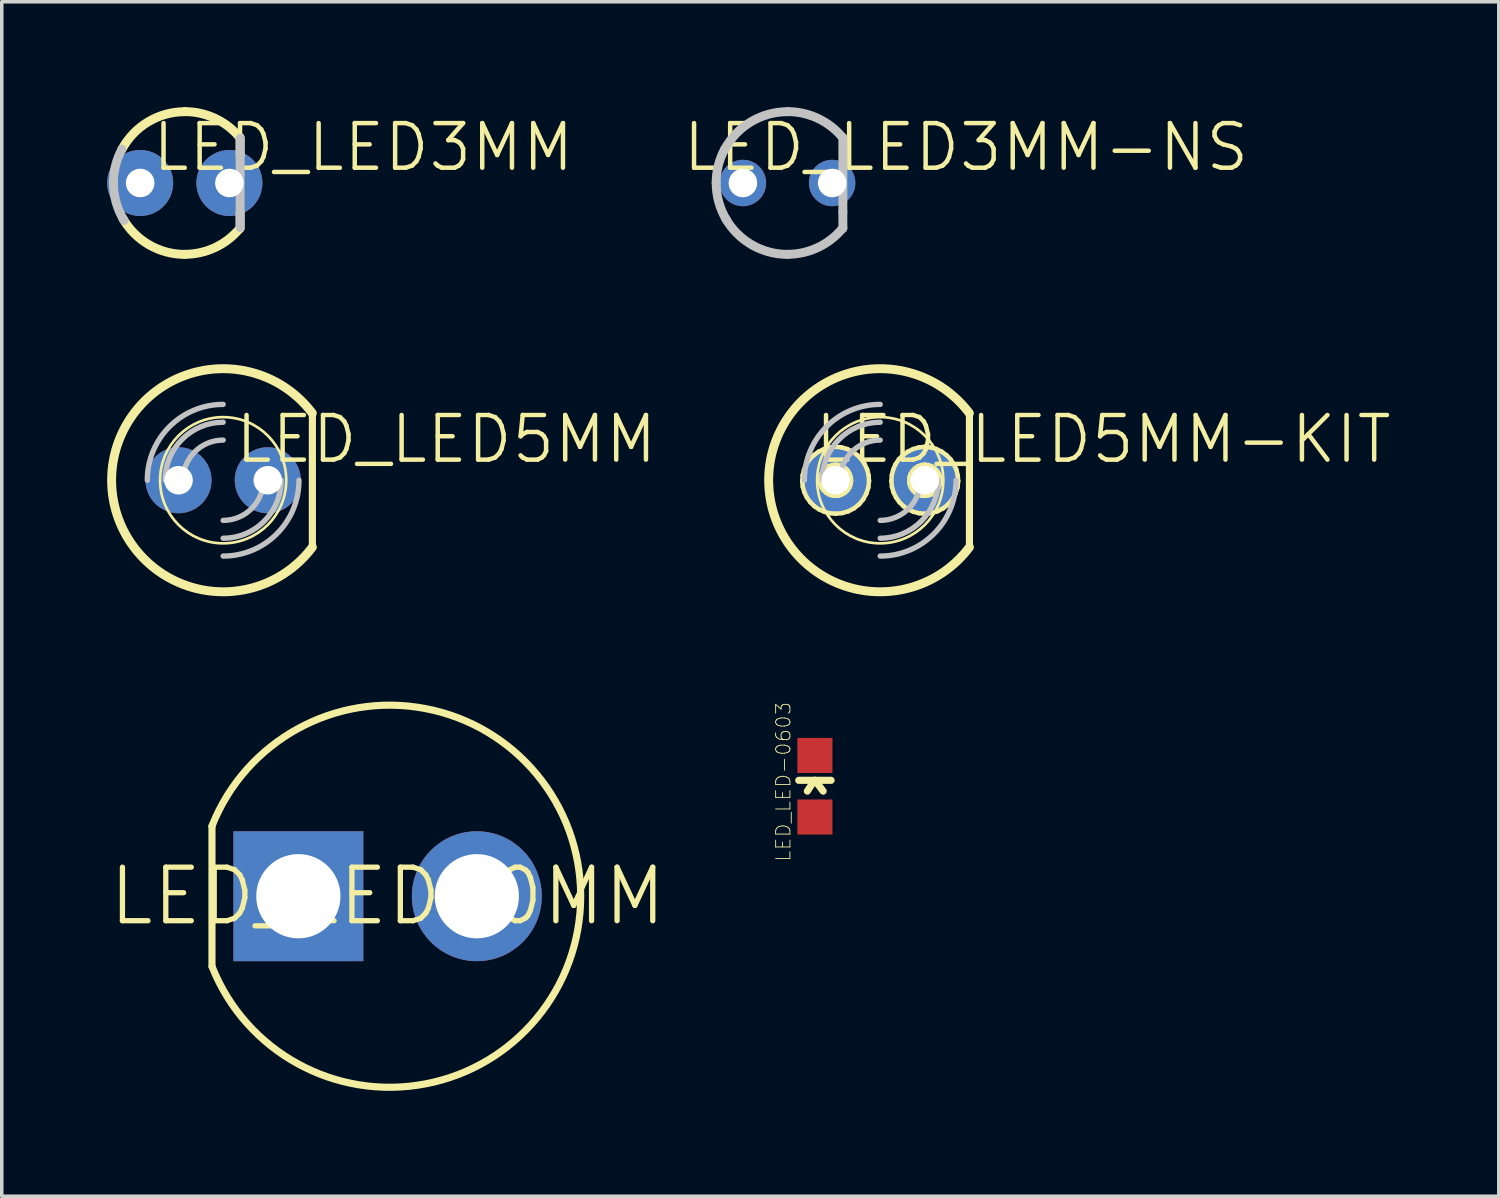
<source format=kicad_pcb>
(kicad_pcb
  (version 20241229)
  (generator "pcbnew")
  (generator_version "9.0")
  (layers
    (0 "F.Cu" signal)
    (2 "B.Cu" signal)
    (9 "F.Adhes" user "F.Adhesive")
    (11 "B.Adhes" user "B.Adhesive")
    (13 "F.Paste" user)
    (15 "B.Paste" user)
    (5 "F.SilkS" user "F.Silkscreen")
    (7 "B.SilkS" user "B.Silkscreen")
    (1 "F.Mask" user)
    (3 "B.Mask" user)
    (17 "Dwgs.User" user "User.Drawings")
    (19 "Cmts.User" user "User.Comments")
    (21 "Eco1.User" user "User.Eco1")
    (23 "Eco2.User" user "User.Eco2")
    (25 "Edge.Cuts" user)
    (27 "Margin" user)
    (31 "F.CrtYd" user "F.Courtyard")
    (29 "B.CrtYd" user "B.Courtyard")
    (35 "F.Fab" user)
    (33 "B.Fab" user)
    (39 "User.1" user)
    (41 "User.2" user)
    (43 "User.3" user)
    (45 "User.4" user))
  (footprint "LED_LED3MM"
    (layer "F.Cu")
    (at 2.21 2.159)
    (property "Reference" "LED_LED3MM" (at 5.08 -1.016 0) (layer "F.SilkS") (effects (font (size 1.27 1.27) (thickness 0.127))))
    (attr exclude_from_pos_files exclude_from_bom)
    (fp_line (start 1.575 -1.293) (end 1.575 -0.787) (stroke (width 0.254) (type solid)) (layer "F.SilkS"))
    (fp_line (start 1.575 1.293) (end 1.575 0.838) (stroke (width 0.254) (type solid)) (layer "F.SilkS"))
    (fp_arc (start -1.7907 -0.95504) (mid -1.044567 -1.739997) (end -0.000975 -2.02946) (stroke (width 0.254) (type solid)) (layer "F.SilkS"))
    (fp_arc (start 0 -2.032) (mid 0.860367 -1.840867) (end 1.55888 -1.303426) (stroke (width 0.254) (type solid)) (layer "F.SilkS"))
    (fp_arc (start 0 2.032) (mid -1.01907 1.757988) (end -1.763299 1.009851) (stroke (width 0.254) (type solid)) (layer "F.SilkS"))
    (fp_arc (start 1.5494 1.31064) (mid 0.855154 1.840416) (end 0.002552 2.029387) (stroke (width 0.254) (type solid)) (layer "F.SilkS"))
    (fp_line (start 1.575 1.27) (end 1.575 -1.27) (stroke (width 0.254) (type solid)) (layer "Dwgs.User"))
    (fp_arc (start -2.032 0) (mid -1.970347 -0.496745) (end -1.78913 -0.963347) (stroke (width 0.254) (type solid)) (layer "Dwgs.User"))
    (fp_arc (start -1.72974 1.06426) (mid -1.954164 0.553076) (end -2.030923 0.0001) (stroke (width 0.254) (type solid)) (layer "Dwgs.User"))
    (pad "A" thru_hole circle (at -1.27 0) (size 1.88 1.88) (drill 0.813) (layers "*.Cu" "*.Paste" "*.Mask"))
    (pad "K" thru_hole circle (at 1.27 0) (size 1.88 1.88) (drill 0.813) (layers "*.Cu" "*.Paste" "*.Mask")))
  (footprint "LED_LED10MM"
    (layer "F.Cu")
    (at 7.983 22.461)
    (property "Reference" "LED_LED10MM" (at 0 0 0) (layer "F.SilkS") (effects (font (size 1.524 1.524) (thickness 0.15))))
    (attr exclude_from_pos_files exclude_from_bom)
    (fp_line (start -4.999 -1.999) (end -4.999 1.999) (stroke (width 0.203) (type solid)) (layer "F.SilkS"))
    (fp_arc (start -4.99872 -1.99898) (mid 5.496303 -0.003053) (end -4.996472 2.004657) (stroke (width 0.2032) (type solid)) (layer "F.SilkS"))
    (pad "A" thru_hole circle (at 2.54 0) (size 3.698 3.698) (drill 2.398) (layers "*.Cu" "*.Paste" "*.Mask"))
    (pad "C" thru_hole rect (at -2.54 0) (size 3.698 3.698) (drill 2.398) (layers "*.Cu" "*.Paste" "*.Mask")))
  (footprint "LED_LED5MM-KIT"
    (layer "F.Cu")
    (at 22.005 10.62)
    (property "Reference" "LED_LED5MM-KIT" (at 6.35 -1.168 0) (layer "F.SilkS") (effects (font (size 1.27 1.27) (thickness 0.127))))
    (attr exclude_from_pos_files exclude_from_bom)
    (fp_line (start -2.22 0.02) (end -2.207 -0.142) (stroke (width 0.127) (type solid)) (layer "F.SilkS"))
    (fp_line (start -2.207 -0.142) (end -2.167 -0.307) (stroke (width 0.127) (type solid)) (layer "F.SilkS"))
    (fp_line (start -2.205 0.185) (end -2.22 0.02) (stroke (width 0.127) (type solid)) (layer "F.SilkS"))
    (fp_line (start -2.167 -0.307) (end -2.098 -0.46) (stroke (width 0.127) (type solid)) (layer "F.SilkS"))
    (fp_line (start -2.159 0.343) (end -2.205 0.185) (stroke (width 0.127) (type solid)) (layer "F.SilkS"))
    (fp_line (start -2.098 -0.46) (end -2.004 -0.599) (stroke (width 0.127) (type solid)) (layer "F.SilkS"))
    (fp_line (start -2.088 0.49) (end -2.159 0.343) (stroke (width 0.127) (type solid)) (layer "F.SilkS"))
    (fp_line (start -2.004 -0.599) (end -1.885 -0.719) (stroke (width 0.127) (type solid)) (layer "F.SilkS"))
    (fp_line (start -1.991 0.625) (end -2.088 0.49) (stroke (width 0.127) (type solid)) (layer "F.SilkS"))
    (fp_line (start -1.885 -0.719) (end -1.75 -0.815) (stroke (width 0.127) (type solid)) (layer "F.SilkS"))
    (fp_line (start -1.875 0.739) (end -1.991 0.625) (stroke (width 0.127) (type solid)) (layer "F.SilkS"))
    (fp_line (start -1.75 -0.815) (end -1.598 -0.889) (stroke (width 0.127) (type solid)) (layer "F.SilkS"))
    (fp_line (start -1.74 0.831) (end -1.875 0.739) (stroke (width 0.127) (type solid)) (layer "F.SilkS"))
    (fp_line (start -1.714 0.018) (end -1.704 -0.081) (stroke (width 0.127) (type solid)) (layer "F.SilkS"))
    (fp_line (start -1.704 -0.081) (end -1.674 -0.178) (stroke (width 0.127) (type solid)) (layer "F.SilkS"))
    (fp_line (start -1.699 0.114) (end -1.714 0.018) (stroke (width 0.127) (type solid)) (layer "F.SilkS"))
    (fp_line (start -1.674 -0.178) (end -1.621 -0.264) (stroke (width 0.127) (type solid)) (layer "F.SilkS"))
    (fp_line (start -1.666 0.206) (end -1.699 0.114) (stroke (width 0.127) (type solid)) (layer "F.SilkS"))
    (fp_line (start -1.621 -0.264) (end -1.549 -0.34) (stroke (width 0.127) (type solid)) (layer "F.SilkS"))
    (fp_line (start -1.613 0.287) (end -1.666 0.206) (stroke (width 0.127) (type solid)) (layer "F.SilkS"))
    (fp_line (start -1.598 -0.889) (end -1.435 -0.935) (stroke (width 0.127) (type solid)) (layer "F.SilkS"))
    (fp_line (start -1.59 0.899) (end -1.74 0.831) (stroke (width 0.127) (type solid)) (layer "F.SilkS"))
    (fp_line (start -1.549 -0.34) (end -1.466 -0.396) (stroke (width 0.127) (type solid)) (layer "F.SilkS"))
    (fp_line (start -1.542 0.356) (end -1.613 0.287) (stroke (width 0.127) (type solid)) (layer "F.SilkS"))
    (fp_line (start -1.466 -0.396) (end -1.369 -0.432) (stroke (width 0.127) (type solid)) (layer "F.SilkS"))
    (fp_line (start -1.458 0.404) (end -1.542 0.356) (stroke (width 0.127) (type solid)) (layer "F.SilkS"))
    (fp_line (start -1.435 -0.935) (end -1.27 -0.953) (stroke (width 0.127) (type solid)) (layer "F.SilkS"))
    (fp_line (start -1.43 0.94) (end -1.59 0.899) (stroke (width 0.127) (type solid)) (layer "F.SilkS"))
    (fp_line (start -1.369 -0.432) (end -1.27 -0.445) (stroke (width 0.127) (type solid)) (layer "F.SilkS"))
    (fp_line (start -1.367 0.434) (end -1.458 0.404) (stroke (width 0.127) (type solid)) (layer "F.SilkS"))
    (fp_line (start -1.27 -0.953) (end -1.102 -0.935) (stroke (width 0.127) (type solid)) (layer "F.SilkS"))
    (fp_line (start -1.27 -0.445) (end -1.168 -0.432) (stroke (width 0.127) (type solid)) (layer "F.SilkS"))
    (fp_line (start -1.27 0.445) (end -1.367 0.434) (stroke (width 0.127) (type solid)) (layer "F.SilkS"))
    (fp_line (start -1.267 0.953) (end -1.43 0.94) (stroke (width 0.127) (type solid)) (layer "F.SilkS"))
    (fp_line (start -1.171 0.434) (end -1.27 0.445) (stroke (width 0.127) (type solid)) (layer "F.SilkS"))
    (fp_line (start -1.168 -0.432) (end -1.074 -0.399) (stroke (width 0.127) (type solid)) (layer "F.SilkS"))
    (fp_line (start -1.102 -0.935) (end -0.94 -0.889) (stroke (width 0.127) (type solid)) (layer "F.SilkS"))
    (fp_line (start -1.082 0.935) (end -1.267 0.953) (stroke (width 0.127) (type solid)) (layer "F.SilkS"))
    (fp_line (start -1.079 0.401) (end -1.171 0.434) (stroke (width 0.127) (type solid)) (layer "F.SilkS"))
    (fp_line (start -1.074 -0.399) (end -0.991 -0.343) (stroke (width 0.127) (type solid)) (layer "F.SilkS"))
    (fp_line (start -0.996 0.351) (end -1.079 0.401) (stroke (width 0.127) (type solid)) (layer "F.SilkS"))
    (fp_line (start -0.991 -0.343) (end -0.919 -0.272) (stroke (width 0.127) (type solid)) (layer "F.SilkS"))
    (fp_line (start -0.94 -0.889) (end -0.787 -0.815) (stroke (width 0.127) (type solid)) (layer "F.SilkS"))
    (fp_line (start -0.925 0.282) (end -0.996 0.351) (stroke (width 0.127) (type solid)) (layer "F.SilkS"))
    (fp_line (start -0.919 -0.272) (end -0.869 -0.185) (stroke (width 0.127) (type solid)) (layer "F.SilkS"))
    (fp_line (start -0.907 0.884) (end -1.082 0.935) (stroke (width 0.127) (type solid)) (layer "F.SilkS"))
    (fp_line (start -0.871 0.198) (end -0.925 0.282) (stroke (width 0.127) (type solid)) (layer "F.SilkS"))
    (fp_line (start -0.869 -0.185) (end -0.836 -0.089) (stroke (width 0.127) (type solid)) (layer "F.SilkS"))
    (fp_line (start -0.838 0.107) (end -0.871 0.198) (stroke (width 0.127) (type solid)) (layer "F.SilkS"))
    (fp_line (start -0.836 -0.089) (end -0.828 0.008) (stroke (width 0.127) (type solid)) (layer "F.SilkS"))
    (fp_line (start -0.828 0.008) (end -0.838 0.107) (stroke (width 0.127) (type solid)) (layer "F.SilkS"))
    (fp_line (start -0.787 -0.815) (end -0.653 -0.716) (stroke (width 0.127) (type solid)) (layer "F.SilkS"))
    (fp_line (start -0.744 0.8) (end -0.907 0.884) (stroke (width 0.127) (type solid)) (layer "F.SilkS"))
    (fp_line (start -0.653 -0.716) (end -0.536 -0.597) (stroke (width 0.127) (type solid)) (layer "F.SilkS"))
    (fp_line (start -0.599 0.683) (end -0.744 0.8) (stroke (width 0.127) (type solid)) (layer "F.SilkS"))
    (fp_line (start -0.536 -0.597) (end -0.442 -0.457) (stroke (width 0.127) (type solid)) (layer "F.SilkS"))
    (fp_line (start -0.483 0.544) (end -0.599 0.683) (stroke (width 0.127) (type solid)) (layer "F.SilkS"))
    (fp_line (start -0.442 -0.457) (end -0.371 -0.305) (stroke (width 0.127) (type solid)) (layer "F.SilkS"))
    (fp_line (start -0.394 0.381) (end -0.483 0.544) (stroke (width 0.127) (type solid)) (layer "F.SilkS"))
    (fp_line (start -0.371 -0.305) (end -0.33 -0.14) (stroke (width 0.127) (type solid)) (layer "F.SilkS"))
    (fp_line (start -0.338 0.206) (end -0.394 0.381) (stroke (width 0.127) (type solid)) (layer "F.SilkS"))
    (fp_line (start -0.33 -0.14) (end -0.318 0.025) (stroke (width 0.127) (type solid)) (layer "F.SilkS"))
    (fp_line (start -0.318 0.025) (end -0.338 0.206) (stroke (width 0.127) (type solid)) (layer "F.SilkS"))
    (fp_line (start 0.318 0.02) (end 0.33 -0.142) (stroke (width 0.127) (type solid)) (layer "F.SilkS"))
    (fp_line (start 0.33 -0.142) (end 0.371 -0.307) (stroke (width 0.127) (type solid)) (layer "F.SilkS"))
    (fp_line (start 0.333 0.185) (end 0.318 0.02) (stroke (width 0.127) (type solid)) (layer "F.SilkS"))
    (fp_line (start 0.371 -0.307) (end 0.439 -0.46) (stroke (width 0.127) (type solid)) (layer "F.SilkS"))
    (fp_line (start 0.378 0.343) (end 0.333 0.185) (stroke (width 0.127) (type solid)) (layer "F.SilkS"))
    (fp_line (start 0.439 -0.46) (end 0.533 -0.599) (stroke (width 0.127) (type solid)) (layer "F.SilkS"))
    (fp_line (start 0.45 0.49) (end 0.378 0.343) (stroke (width 0.127) (type solid)) (layer "F.SilkS"))
    (fp_line (start 0.533 -0.599) (end 0.653 -0.719) (stroke (width 0.127) (type solid)) (layer "F.SilkS"))
    (fp_line (start 0.546 0.625) (end 0.45 0.49) (stroke (width 0.127) (type solid)) (layer "F.SilkS"))
    (fp_line (start 0.653 -0.719) (end 0.787 -0.815) (stroke (width 0.127) (type solid)) (layer "F.SilkS"))
    (fp_line (start 0.663 0.739) (end 0.546 0.625) (stroke (width 0.127) (type solid)) (layer "F.SilkS"))
    (fp_line (start 0.787 -0.815) (end 0.94 -0.889) (stroke (width 0.127) (type solid)) (layer "F.SilkS"))
    (fp_line (start 0.798 0.831) (end 0.663 0.739) (stroke (width 0.127) (type solid)) (layer "F.SilkS"))
    (fp_line (start 0.826 0.018) (end 0.833 -0.081) (stroke (width 0.127) (type solid)) (layer "F.SilkS"))
    (fp_line (start 0.833 -0.081) (end 0.864 -0.178) (stroke (width 0.127) (type solid)) (layer "F.SilkS"))
    (fp_line (start 0.838 0.114) (end 0.826 0.018) (stroke (width 0.127) (type solid)) (layer "F.SilkS"))
    (fp_line (start 0.864 -0.178) (end 0.917 -0.264) (stroke (width 0.127) (type solid)) (layer "F.SilkS"))
    (fp_line (start 0.871 0.206) (end 0.838 0.114) (stroke (width 0.127) (type solid)) (layer "F.SilkS"))
    (fp_line (start 0.917 -0.264) (end 0.988 -0.34) (stroke (width 0.127) (type solid)) (layer "F.SilkS"))
    (fp_line (start 0.925 0.287) (end 0.871 0.206) (stroke (width 0.127) (type solid)) (layer "F.SilkS"))
    (fp_line (start 0.94 -0.889) (end 1.102 -0.935) (stroke (width 0.127) (type solid)) (layer "F.SilkS"))
    (fp_line (start 0.947 0.899) (end 0.798 0.831) (stroke (width 0.127) (type solid)) (layer "F.SilkS"))
    (fp_line (start 0.988 -0.34) (end 1.072 -0.396) (stroke (width 0.127) (type solid)) (layer "F.SilkS"))
    (fp_line (start 0.996 0.356) (end 0.925 0.287) (stroke (width 0.127) (type solid)) (layer "F.SilkS"))
    (fp_line (start 1.072 -0.396) (end 1.168 -0.432) (stroke (width 0.127) (type solid)) (layer "F.SilkS"))
    (fp_line (start 1.079 0.404) (end 0.996 0.356) (stroke (width 0.127) (type solid)) (layer "F.SilkS"))
    (fp_line (start 1.102 -0.935) (end 1.27 -0.953) (stroke (width 0.127) (type solid)) (layer "F.SilkS"))
    (fp_line (start 1.107 0.94) (end 0.947 0.899) (stroke (width 0.127) (type solid)) (layer "F.SilkS"))
    (fp_line (start 1.168 -0.432) (end 1.27 -0.445) (stroke (width 0.127) (type solid)) (layer "F.SilkS"))
    (fp_line (start 1.171 0.434) (end 1.079 0.404) (stroke (width 0.127) (type solid)) (layer "F.SilkS"))
    (fp_line (start 1.27 -0.953) (end 1.435 -0.935) (stroke (width 0.127) (type solid)) (layer "F.SilkS"))
    (fp_line (start 1.27 -0.445) (end 1.369 -0.432) (stroke (width 0.127) (type solid)) (layer "F.SilkS"))
    (fp_line (start 1.27 0.445) (end 1.171 0.434) (stroke (width 0.127) (type solid)) (layer "F.SilkS"))
    (fp_line (start 1.27 0.953) (end 1.107 0.94) (stroke (width 0.127) (type solid)) (layer "F.SilkS"))
    (fp_line (start 1.367 0.434) (end 1.27 0.445) (stroke (width 0.127) (type solid)) (layer "F.SilkS"))
    (fp_line (start 1.369 -0.432) (end 1.463 -0.399) (stroke (width 0.127) (type solid)) (layer "F.SilkS"))
    (fp_line (start 1.435 -0.935) (end 1.598 -0.889) (stroke (width 0.127) (type solid)) (layer "F.SilkS"))
    (fp_line (start 1.455 0.935) (end 1.27 0.953) (stroke (width 0.127) (type solid)) (layer "F.SilkS"))
    (fp_line (start 1.458 0.401) (end 1.367 0.434) (stroke (width 0.127) (type solid)) (layer "F.SilkS"))
    (fp_line (start 1.463 -0.399) (end 1.547 -0.343) (stroke (width 0.127) (type solid)) (layer "F.SilkS"))
    (fp_line (start 1.542 0.351) (end 1.458 0.401) (stroke (width 0.127) (type solid)) (layer "F.SilkS"))
    (fp_line (start 1.547 -0.343) (end 1.618 -0.272) (stroke (width 0.127) (type solid)) (layer "F.SilkS"))
    (fp_line (start 1.598 -0.889) (end 1.75 -0.815) (stroke (width 0.127) (type solid)) (layer "F.SilkS"))
    (fp_line (start 1.613 0.282) (end 1.542 0.351) (stroke (width 0.127) (type solid)) (layer "F.SilkS"))
    (fp_line (start 1.618 -0.272) (end 1.669 -0.185) (stroke (width 0.127) (type solid)) (layer "F.SilkS"))
    (fp_line (start 1.631 0.884) (end 1.455 0.935) (stroke (width 0.127) (type solid)) (layer "F.SilkS"))
    (fp_line (start 1.666 0.198) (end 1.613 0.282) (stroke (width 0.127) (type solid)) (layer "F.SilkS"))
    (fp_line (start 1.669 -0.185) (end 1.702 -0.089) (stroke (width 0.127) (type solid)) (layer "F.SilkS"))
    (fp_line (start 1.699 0.107) (end 1.666 0.198) (stroke (width 0.127) (type solid)) (layer "F.SilkS"))
    (fp_line (start 1.702 -0.089) (end 1.709 0.008) (stroke (width 0.127) (type solid)) (layer "F.SilkS"))
    (fp_line (start 1.709 0.008) (end 1.699 0.107) (stroke (width 0.127) (type solid)) (layer "F.SilkS"))
    (fp_line (start 1.75 -0.815) (end 1.885 -0.716) (stroke (width 0.127) (type solid)) (layer "F.SilkS"))
    (fp_line (start 1.793 0.8) (end 1.631 0.884) (stroke (width 0.127) (type solid)) (layer "F.SilkS"))
    (fp_line (start 1.885 -0.716) (end 2.002 -0.597) (stroke (width 0.127) (type solid)) (layer "F.SilkS"))
    (fp_line (start 1.938 0.683) (end 1.793 0.8) (stroke (width 0.127) (type solid)) (layer "F.SilkS"))
    (fp_line (start 2.002 -0.597) (end 2.095 -0.457) (stroke (width 0.127) (type solid)) (layer "F.SilkS"))
    (fp_line (start 2.055 0.544) (end 1.938 0.683) (stroke (width 0.127) (type solid)) (layer "F.SilkS"))
    (fp_line (start 2.095 -0.457) (end 2.167 -0.305) (stroke (width 0.127) (type solid)) (layer "F.SilkS"))
    (fp_line (start 2.144 0.381) (end 2.055 0.544) (stroke (width 0.127) (type solid)) (layer "F.SilkS"))
    (fp_line (start 2.167 -0.305) (end 2.207 -0.14) (stroke (width 0.127) (type solid)) (layer "F.SilkS"))
    (fp_line (start 2.2 0.206) (end 2.144 0.381) (stroke (width 0.127) (type solid)) (layer "F.SilkS"))
    (fp_line (start 2.207 -0.14) (end 2.22 0.025) (stroke (width 0.127) (type solid)) (layer "F.SilkS"))
    (fp_line (start 2.22 0.025) (end 2.2 0.206) (stroke (width 0.127) (type solid)) (layer "F.SilkS"))
    (fp_line (start 2.54 1.905) (end 2.54 -1.905) (stroke (width 0.203) (type solid)) (layer "F.SilkS"))
    (fp_arc (start 2.54 1.905) (mid -3.175 0.001668) (end 2.537997 -1.907668) (stroke (width 0.254) (type solid)) (layer "F.SilkS"))
    (fp_circle (center 0 0) (end -1.27 1.27) (stroke (width 0.076) (type solid)) (fill no) (layer "F.SilkS"))
    (fp_arc (start -2.159 0) (mid -1.526644 -1.526644) (end 0 -2.159) (stroke (width 0.1524) (type solid)) (layer "Dwgs.User"))
    (fp_arc (start -1.651 0) (mid -1.167433 -1.167433) (end 0 -1.651) (stroke (width 0.1524) (type solid)) (layer "Dwgs.User"))
    (fp_arc (start -1.143 0) (mid -0.808223 -0.808223) (end 0 -1.143) (stroke (width 0.1524) (type solid)) (layer "Dwgs.User"))
    (fp_arc (start 1.143 0) (mid 0.808223 0.808223) (end 0 1.143) (stroke (width 0.1524) (type solid)) (layer "Dwgs.User"))
    (fp_arc (start 1.651 0) (mid 1.167433 1.167433) (end 0 1.651) (stroke (width 0.1524) (type solid)) (layer "Dwgs.User"))
    (fp_arc (start 2.159 0) (mid 1.526644 1.526644) (end 0 2.159) (stroke (width 0.1524) (type solid)) (layer "Dwgs.User"))
    (pad "A" thru_hole circle (at -1.27 0) (size 1.88 1.88) (drill 0.813) (layers "*.Cu" "*.Paste" "*.Mask"))
    (pad "K" thru_hole circle (at 1.27 0) (size 1.88 1.88) (drill 0.813) (layers "*.Cu" "*.Paste" "*.Mask")))
  (footprint "LED_LED3MM-NS"
    (layer "F.Cu")
    (at 19.367 2.159)
    (property "Reference" "LED_LED3MM-NS" (at 5.08 -1.016 0) (layer "F.SilkS") (effects (font (size 1.27 1.27) (thickness 0.127))))
    (attr exclude_from_pos_files exclude_from_bom)
    (fp_line (start 1.575 0.838) (end 1.575 -1.293) (stroke (width 0.254) (type solid)) (layer "Dwgs.User"))
    (fp_line (start 1.575 1.27) (end 1.575 0.838) (stroke (width 0.254) (type solid)) (layer "Dwgs.User"))
    (fp_line (start 1.575 1.293) (end 1.575 1.27) (stroke (width 0.254) (type solid)) (layer "Dwgs.User"))
    (fp_arc (start -2.032 0) (mid -1.970347 -0.496745) (end -1.78913 -0.963347) (stroke (width 0.254) (type solid)) (layer "Dwgs.User"))
    (fp_arc (start -1.7907 -0.95504) (mid -1.044567 -1.739997) (end -0.000975 -2.02946) (stroke (width 0.254) (type solid)) (layer "Dwgs.User"))
    (fp_arc (start -1.72974 1.06426) (mid -1.954164 0.553076) (end -2.030923 0.0001) (stroke (width 0.254) (type solid)) (layer "Dwgs.User"))
    (fp_arc (start 0 -2.032) (mid 0.860367 -1.840867) (end 1.55888 -1.303426) (stroke (width 0.254) (type solid)) (layer "Dwgs.User"))
    (fp_arc (start 0 2.032) (mid -1.01907 1.757988) (end -1.763299 1.009851) (stroke (width 0.254) (type solid)) (layer "Dwgs.User"))
    (fp_arc (start 1.5494 1.31064) (mid 0.855154 1.840416) (end 0.002552 2.029387) (stroke (width 0.254) (type solid)) (layer "Dwgs.User"))
    (pad "A" thru_hole circle (at -1.27 0) (size 1.321 1.321) (drill 0.813) (layers "*.Cu" "*.Paste" "*.Mask"))
    (pad "K" thru_hole circle (at 1.27 0) (size 1.321 1.321) (drill 0.813) (layers "*.Cu" "*.Paste" "*.Mask")))
  (footprint "LED_LED5MM"
    (layer "F.Cu")
    (at 3.302 10.62)
    (property "Reference" "LED_LED5MM" (at 6.35 -1.168 0) (layer "F.SilkS") (effects (font (size 1.27 1.27) (thickness 0.127))))
    (attr exclude_from_pos_files exclude_from_bom)
    (fp_line (start 2.54 1.905) (end 2.54 -1.905) (stroke (width 0.203) (type solid)) (layer "F.SilkS"))
    (fp_arc (start 2.54 1.905) (mid -3.175 0.001668) (end 2.537997 -1.907668) (stroke (width 0.254) (type solid)) (layer "F.SilkS"))
    (fp_circle (center 0 0) (end -1.27 1.27) (stroke (width 0.076) (type solid)) (fill no) (layer "F.SilkS"))
    (fp_arc (start -2.159 0) (mid -1.526644 -1.526644) (end 0 -2.159) (stroke (width 0.1524) (type solid)) (layer "Dwgs.User"))
    (fp_arc (start -1.651 0) (mid -1.167433 -1.167433) (end 0 -1.651) (stroke (width 0.1524) (type solid)) (layer "Dwgs.User"))
    (fp_arc (start -1.143 0) (mid -0.808223 -0.808223) (end 0 -1.143) (stroke (width 0.1524) (type solid)) (layer "Dwgs.User"))
    (fp_arc (start 1.143 0) (mid 0.808223 0.808223) (end 0 1.143) (stroke (width 0.1524) (type solid)) (layer "Dwgs.User"))
    (fp_arc (start 1.651 0) (mid 1.167433 1.167433) (end 0 1.651) (stroke (width 0.1524) (type solid)) (layer "Dwgs.User"))
    (fp_arc (start 2.159 0) (mid 1.526644 1.526644) (end 0 2.159) (stroke (width 0.1524) (type solid)) (layer "Dwgs.User"))
    (pad "A" thru_hole circle (at -1.27 0) (size 1.88 1.88) (drill 0.813) (layers "*.Cu" "*.Paste" "*.Mask"))
    (pad "K" thru_hole circle (at 1.27 0) (size 1.88 1.88) (drill 0.813) (layers "*.Cu" "*.Paste" "*.Mask")))
  (footprint "LED_LED-0603"
    (layer "F.Cu")
    (at 20.147 19.33)
    (property "Reference" "LED_LED-0603" (at -0.899 -0.127 90) (layer "F.SilkS") (effects (font (size 0.406 0.406) (thickness 0.025))))
    (attr smd)
    (fp_line (start -0.46 -0.168) (end 0 -0.168) (stroke (width 0.203) (type solid)) (layer "F.SilkS"))
    (fp_line (start -0.025 -0.152) (end -0.216 0.14) (stroke (width 0.203) (type solid)) (layer "F.SilkS"))
    (fp_line (start 0 -0.168) (end 0.234 0.14) (stroke (width 0.203) (type solid)) (layer "F.SilkS"))
    (fp_line (start 0 -0.168) (end 0.46 -0.168) (stroke (width 0.203) (type solid)) (layer "F.SilkS"))
    (pad "1" smd rect (at 0 0.876) (size 0.998 0.998) (layers "F.Cu" "F.Mask" "F.Paste"))
    (pad "2" smd rect (at 0 -0.876) (size 0.998 0.998) (layers "F.Cu" "F.Mask" "F.Paste")))
  (gr_rect
    (start -3 -3)
    (end 39.613 31.001)
    (stroke (width 0.1) (type default))
    (fill no)
    (layer "Edge.Cuts")))
</source>
